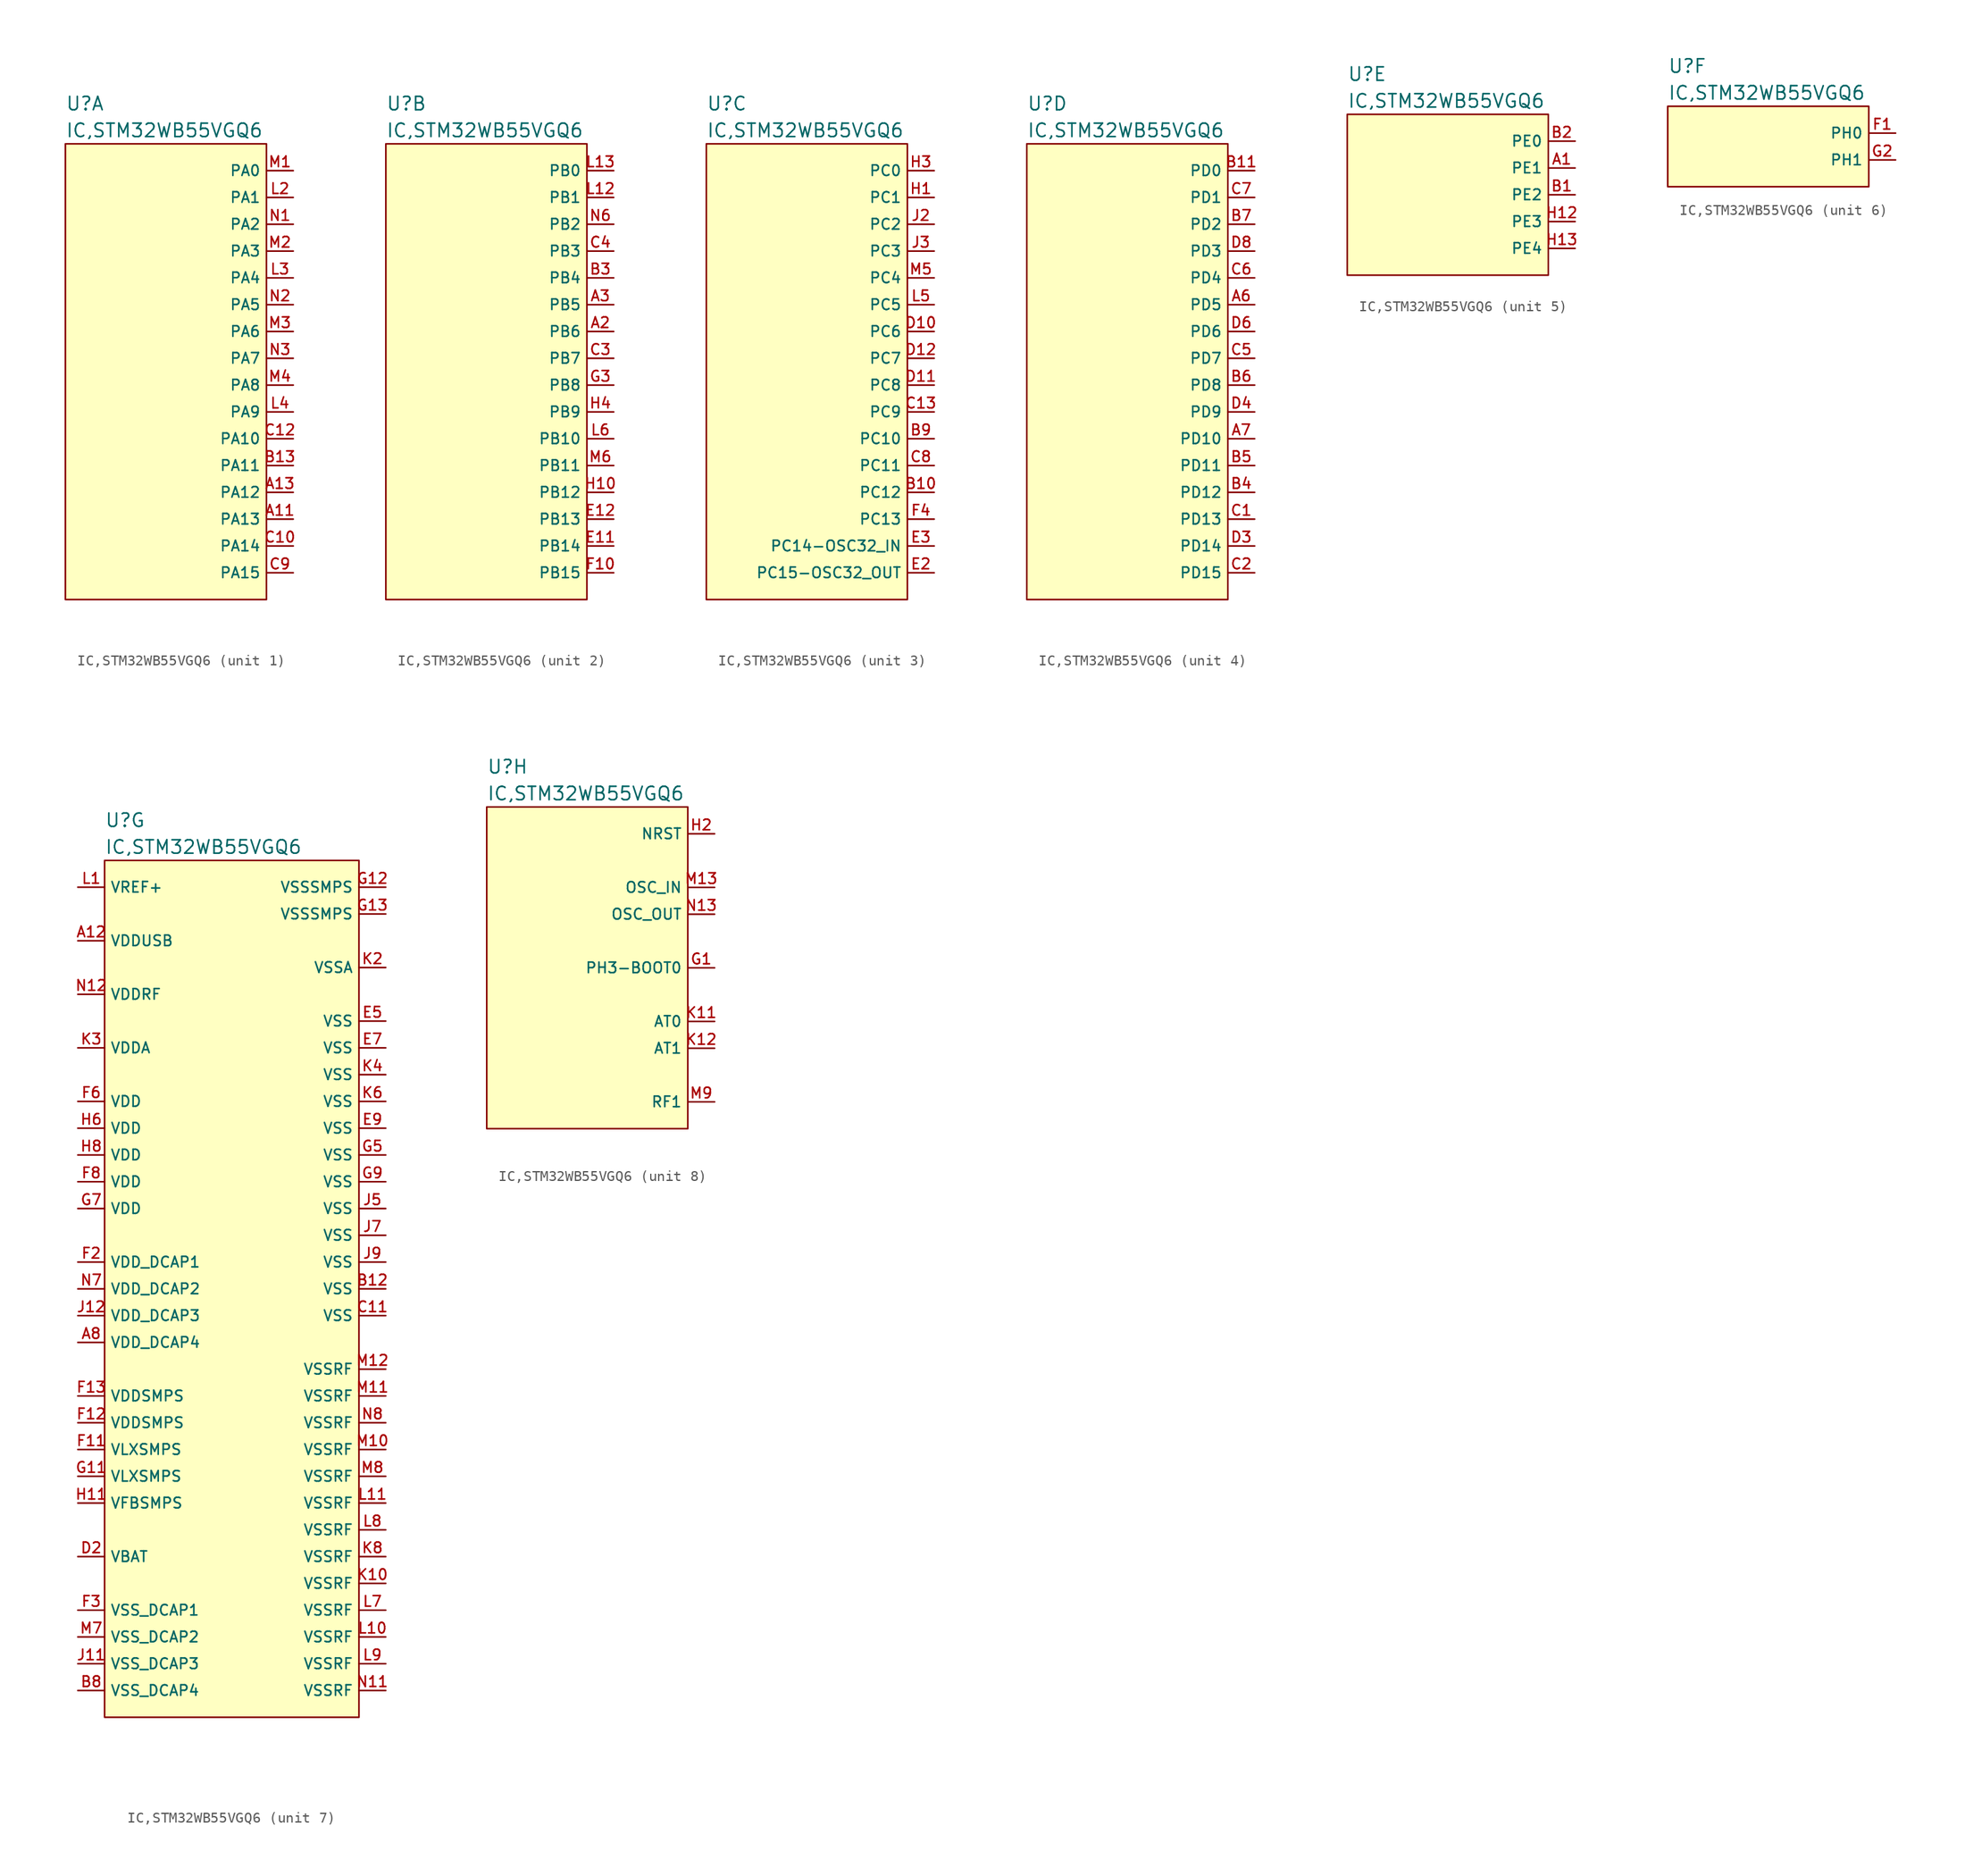
<source format=kicad_sym>
(kicad_symbol_lib
  (version 20211014)
  (generator kicad_symbol_editor)
  (symbol "IC,STM32WB55VGQ6"
    (property "Reference" "U"
      (at 0 3.81 0)
      (effects (font (size 1.27 1.27)) (justify left)))
    (property "Value" "IC,STM32WB55VGQ6"
      (at 0 1.27 0)
      (effects (font (size 1.27 1.27)) (justify left)))
    (property "ki_locked" ""
      (at 0 0 0)
      (effects (font (size 1.27 1.27))))
    (symbol "IC,STM32WB55VGQ6_1_1"
      (rectangle (start 0 0) (end 19.05 -43.18) (stroke (width 0) (type default) (color 0 0 0 0)) (fill (type background)))
      (pin bidirectional line (at 21.59 -35.56 180) (length 2.54) (name "PA13" (effects (font (size 1 1)))) (number "A11" (effects (font (size 1 1)))))
      (pin bidirectional line (at 21.59 -33.02 180) (length 2.54) (name "PA12" (effects (font (size 1 1)))) (number "A13" (effects (font (size 1 1)))))
      (pin bidirectional line (at 21.59 -30.48 180) (length 2.54) (name "PA11" (effects (font (size 1 1)))) (number "B13" (effects (font (size 1 1)))))
      (pin bidirectional line (at 21.59 -38.1 180) (length 2.54) (name "PA14" (effects (font (size 1 1)))) (number "C10" (effects (font (size 1 1)))))
      (pin bidirectional line (at 21.59 -27.94 180) (length 2.54) (name "PA10" (effects (font (size 1 1)))) (number "C12" (effects (font (size 1 1)))))
      (pin bidirectional line (at 21.59 -40.64 180) (length 2.54) (name "PA15" (effects (font (size 1 1)))) (number "C9" (effects (font (size 1 1)))))
      (pin bidirectional line (at 21.59 -5.08 180) (length 2.54) (name "PA1" (effects (font (size 1 1)))) (number "L2" (effects (font (size 1 1)))))
      (pin bidirectional line (at 21.59 -12.7 180) (length 2.54) (name "PA4" (effects (font (size 1 1)))) (number "L3" (effects (font (size 1 1)))))
      (pin bidirectional line (at 21.59 -25.4 180) (length 2.54) (name "PA9" (effects (font (size 1 1)))) (number "L4" (effects (font (size 1 1)))))
      (pin bidirectional line (at 21.59 -2.54 180) (length 2.54) (name "PA0" (effects (font (size 1 1)))) (number "M1" (effects (font (size 1 1)))))
      (pin bidirectional line (at 21.59 -10.16 180) (length 2.54) (name "PA3" (effects (font (size 1 1)))) (number "M2" (effects (font (size 1 1)))))
      (pin bidirectional line (at 21.59 -17.78 180) (length 2.54) (name "PA6" (effects (font (size 1 1)))) (number "M3" (effects (font (size 1 1)))))
      (pin bidirectional line (at 21.59 -22.86 180) (length 2.54) (name "PA8" (effects (font (size 1 1)))) (number "M4" (effects (font (size 1 1)))))
      (pin bidirectional line (at 21.59 -7.62 180) (length 2.54) (name "PA2" (effects (font (size 1 1)))) (number "N1" (effects (font (size 1 1)))))
      (pin bidirectional line (at 21.59 -15.24 180) (length 2.54) (name "PA5" (effects (font (size 1 1)))) (number "N2" (effects (font (size 1 1)))))
      (pin bidirectional line (at 21.59 -20.32 180) (length 2.54) (name "PA7" (effects (font (size 1 1)))) (number "N3" (effects (font (size 1 1))))))
    (symbol "IC,STM32WB55VGQ6_2_1"
      (rectangle (start 0 0) (end 19.05 -43.18) (stroke (width 0) (type default) (color 0 0 0 0)) (fill (type background)))
      (pin bidirectional line (at 21.59 -17.78 180) (length 2.54) (name "PB6" (effects (font (size 1 1)))) (number "A2" (effects (font (size 1 1)))))
      (pin bidirectional line (at 21.59 -15.24 180) (length 2.54) (name "PB5" (effects (font (size 1 1)))) (number "A3" (effects (font (size 1 1)))))
      (pin bidirectional line (at 21.59 -12.7 180) (length 2.54) (name "PB4" (effects (font (size 1 1)))) (number "B3" (effects (font (size 1 1)))))
      (pin bidirectional line (at 21.59 -20.32 180) (length 2.54) (name "PB7" (effects (font (size 1 1)))) (number "C3" (effects (font (size 1 1)))))
      (pin bidirectional line (at 21.59 -10.16 180) (length 2.54) (name "PB3" (effects (font (size 1 1)))) (number "C4" (effects (font (size 1 1)))))
      (pin bidirectional line (at 21.59 -38.1 180) (length 2.54) (name "PB14" (effects (font (size 1 1)))) (number "E11" (effects (font (size 1 1)))))
      (pin bidirectional line (at 21.59 -35.56 180) (length 2.54) (name "PB13" (effects (font (size 1 1)))) (number "E12" (effects (font (size 1 1)))))
      (pin bidirectional line (at 21.59 -40.64 180) (length 2.54) (name "PB15" (effects (font (size 1 1)))) (number "F10" (effects (font (size 1 1)))))
      (pin bidirectional line (at 21.59 -22.86 180) (length 2.54) (name "PB8" (effects (font (size 1 1)))) (number "G3" (effects (font (size 1 1)))))
      (pin bidirectional line (at 21.59 -33.02 180) (length 2.54) (name "PB12" (effects (font (size 1 1)))) (number "H10" (effects (font (size 1 1)))))
      (pin bidirectional line (at 21.59 -25.4 180) (length 2.54) (name "PB9" (effects (font (size 1 1)))) (number "H4" (effects (font (size 1 1)))))
      (pin bidirectional line (at 21.59 -5.08 180) (length 2.54) (name "PB1" (effects (font (size 1 1)))) (number "L12" (effects (font (size 1 1)))))
      (pin bidirectional line (at 21.59 -2.54 180) (length 2.54) (name "PB0" (effects (font (size 1 1)))) (number "L13" (effects (font (size 1 1)))))
      (pin bidirectional line (at 21.59 -27.94 180) (length 2.54) (name "PB10" (effects (font (size 1 1)))) (number "L6" (effects (font (size 1 1)))))
      (pin bidirectional line (at 21.59 -30.48 180) (length 2.54) (name "PB11" (effects (font (size 1 1)))) (number "M6" (effects (font (size 1 1)))))
      (pin bidirectional line (at 21.59 -7.62 180) (length 2.54) (name "PB2" (effects (font (size 1 1)))) (number "N6" (effects (font (size 1 1))))))
    (symbol "IC,STM32WB55VGQ6_3_1"
      (rectangle (start 0 0) (end 19.05 -43.18) (stroke (width 0) (type default) (color 0 0 0 0)) (fill (type background)))
      (pin bidirectional line (at 21.59 -33.02 180) (length 2.54) (name "PC12" (effects (font (size 1 1)))) (number "B10" (effects (font (size 1 1)))))
      (pin bidirectional line (at 21.59 -27.94 180) (length 2.54) (name "PC10" (effects (font (size 1 1)))) (number "B9" (effects (font (size 1 1)))))
      (pin bidirectional line (at 21.59 -25.4 180) (length 2.54) (name "PC9" (effects (font (size 1 1)))) (number "C13" (effects (font (size 1 1)))))
      (pin bidirectional line (at 21.59 -30.48 180) (length 2.54) (name "PC11" (effects (font (size 1 1)))) (number "C8" (effects (font (size 1 1)))))
      (pin bidirectional line (at 21.59 -17.78 180) (length 2.54) (name "PC6" (effects (font (size 1 1)))) (number "D10" (effects (font (size 1 1)))))
      (pin bidirectional line (at 21.59 -22.86 180) (length 2.54) (name "PC8" (effects (font (size 1 1)))) (number "D11" (effects (font (size 1 1)))))
      (pin bidirectional line (at 21.59 -20.32 180) (length 2.54) (name "PC7" (effects (font (size 1 1)))) (number "D12" (effects (font (size 1 1)))))
      (pin bidirectional line (at 21.59 -40.64 180) (length 2.54) (name "PC15-OSC32_OUT" (effects (font (size 1 1)))) (number "E2" (effects (font (size 1 1)))))
      (pin bidirectional line (at 21.59 -38.1 180) (length 2.54) (name "PC14-OSC32_IN" (effects (font (size 1 1)))) (number "E3" (effects (font (size 1 1)))))
      (pin bidirectional line (at 21.59 -35.56 180) (length 2.54) (name "PC13" (effects (font (size 1 1)))) (number "F4" (effects (font (size 1 1)))))
      (pin bidirectional line (at 21.59 -5.08 180) (length 2.54) (name "PC1" (effects (font (size 1 1)))) (number "H1" (effects (font (size 1 1)))))
      (pin bidirectional line (at 21.59 -2.54 180) (length 2.54) (name "PC0" (effects (font (size 1 1)))) (number "H3" (effects (font (size 1 1)))))
      (pin bidirectional line (at 21.59 -7.62 180) (length 2.54) (name "PC2" (effects (font (size 1 1)))) (number "J2" (effects (font (size 1 1)))))
      (pin bidirectional line (at 21.59 -10.16 180) (length 2.54) (name "PC3" (effects (font (size 1 1)))) (number "J3" (effects (font (size 1 1)))))
      (pin bidirectional line (at 21.59 -15.24 180) (length 2.54) (name "PC5" (effects (font (size 1 1)))) (number "L5" (effects (font (size 1 1)))))
      (pin bidirectional line (at 21.59 -12.7 180) (length 2.54) (name "PC4" (effects (font (size 1 1)))) (number "M5" (effects (font (size 1 1))))))
    (symbol "IC,STM32WB55VGQ6_4_1"
      (rectangle (start 0 0) (end 19.05 -43.18) (stroke (width 0) (type default) (color 0 0 0 0)) (fill (type background)))
      (pin bidirectional line (at 21.59 -15.24 180) (length 2.54) (name "PD5" (effects (font (size 1 1)))) (number "A6" (effects (font (size 1 1)))))
      (pin bidirectional line (at 21.59 -27.94 180) (length 2.54) (name "PD10" (effects (font (size 1 1)))) (number "A7" (effects (font (size 1 1)))))
      (pin bidirectional line (at 21.59 -2.54 180) (length 2.54) (name "PD0" (effects (font (size 1 1)))) (number "B11" (effects (font (size 1 1)))))
      (pin bidirectional line (at 21.59 -33.02 180) (length 2.54) (name "PD12" (effects (font (size 1 1)))) (number "B4" (effects (font (size 1 1)))))
      (pin bidirectional line (at 21.59 -30.48 180) (length 2.54) (name "PD11" (effects (font (size 1 1)))) (number "B5" (effects (font (size 1 1)))))
      (pin bidirectional line (at 21.59 -22.86 180) (length 2.54) (name "PD8" (effects (font (size 1 1)))) (number "B6" (effects (font (size 1 1)))))
      (pin bidirectional line (at 21.59 -7.62 180) (length 2.54) (name "PD2" (effects (font (size 1 1)))) (number "B7" (effects (font (size 1 1)))))
      (pin bidirectional line (at 21.59 -35.56 180) (length 2.54) (name "PD13" (effects (font (size 1 1)))) (number "C1" (effects (font (size 1 1)))))
      (pin bidirectional line (at 21.59 -40.64 180) (length 2.54) (name "PD15" (effects (font (size 1 1)))) (number "C2" (effects (font (size 1 1)))))
      (pin bidirectional line (at 21.59 -20.32 180) (length 2.54) (name "PD7" (effects (font (size 1 1)))) (number "C5" (effects (font (size 1 1)))))
      (pin bidirectional line (at 21.59 -12.7 180) (length 2.54) (name "PD4" (effects (font (size 1 1)))) (number "C6" (effects (font (size 1 1)))))
      (pin bidirectional line (at 21.59 -5.08 180) (length 2.54) (name "PD1" (effects (font (size 1 1)))) (number "C7" (effects (font (size 1 1)))))
      (pin bidirectional line (at 21.59 -38.1 180) (length 2.54) (name "PD14" (effects (font (size 1 1)))) (number "D3" (effects (font (size 1 1)))))
      (pin bidirectional line (at 21.59 -25.4 180) (length 2.54) (name "PD9" (effects (font (size 1 1)))) (number "D4" (effects (font (size 1 1)))))
      (pin bidirectional line (at 21.59 -17.78 180) (length 2.54) (name "PD6" (effects (font (size 1 1)))) (number "D6" (effects (font (size 1 1)))))
      (pin bidirectional line (at 21.59 -10.16 180) (length 2.54) (name "PD3" (effects (font (size 1 1)))) (number "D8" (effects (font (size 1 1))))))
    (symbol "IC,STM32WB55VGQ6_5_1"
      (rectangle (start 0 0) (end 19.05 -15.24) (stroke (width 0) (type default) (color 0 0 0 0)) (fill (type background)))
      (pin bidirectional line (at 21.59 -5.08 180) (length 2.54) (name "PE1" (effects (font (size 1 1)))) (number "A1" (effects (font (size 1 1)))))
      (pin bidirectional line (at 21.59 -7.62 180) (length 2.54) (name "PE2" (effects (font (size 1 1)))) (number "B1" (effects (font (size 1 1)))))
      (pin bidirectional line (at 21.59 -2.54 180) (length 2.54) (name "PE0" (effects (font (size 1 1)))) (number "B2" (effects (font (size 1 1)))))
      (pin bidirectional line (at 21.59 -10.16 180) (length 2.54) (name "PE3" (effects (font (size 1 1)))) (number "H12" (effects (font (size 1 1)))))
      (pin bidirectional line (at 21.59 -12.7 180) (length 2.54) (name "PE4" (effects (font (size 1 1)))) (number "H13" (effects (font (size 1 1))))))
    (symbol "IC,STM32WB55VGQ6_6_1"
      (rectangle (start 0 0) (end 19.05 -7.62) (stroke (width 0) (type default) (color 0 0 0 0)) (fill (type background)))
      (pin bidirectional line (at 21.59 -2.54 180) (length 2.54) (name "PH0" (effects (font (size 1 1)))) (number "F1" (effects (font (size 1 1)))))
      (pin bidirectional line (at 21.59 -5.08 180) (length 2.54) (name "PH1" (effects (font (size 1 1)))) (number "G2" (effects (font (size 1 1))))))
    (symbol "IC,STM32WB55VGQ6_7_1"
      (rectangle (start 0 0) (end 24.13 -81.28) (stroke (width 0) (type default) (color 0 0 0 0)) (fill (type background)))
      (pin power_in line (at -2.54 -7.62 0) (length 2.54) (name "VDDUSB" (effects (font (size 1 1)))) (number "A12" (effects (font (size 1 1)))))
      (pin power_in line (at -2.54 -45.72 0) (length 2.54) (name "VDD_DCAP4" (effects (font (size 1 1)))) (number "A8" (effects (font (size 1 1)))))
      (pin power_in line (at 26.67 -40.64 180) (length 2.54) (name "VSS" (effects (font (size 1 1)))) (number "B12" (effects (font (size 1 1)))))
      (pin power_in line (at -2.54 -78.74 0) (length 2.54) (name "VSS_DCAP4" (effects (font (size 1 1)))) (number "B8" (effects (font (size 1 1)))))
      (pin power_in line (at 26.67 -43.18 180) (length 2.54) (name "VSS" (effects (font (size 1 1)))) (number "C11" (effects (font (size 1 1)))))
      (pin power_in line (at -2.54 -66.04 0) (length 2.54) (name "VBAT" (effects (font (size 1 1)))) (number "D2" (effects (font (size 1 1)))))
      (pin power_in line (at 26.67 -15.24 180) (length 2.54) (name "VSS" (effects (font (size 1 1)))) (number "E5" (effects (font (size 1 1)))))
      (pin power_in line (at 26.67 -17.78 180) (length 2.54) (name "VSS" (effects (font (size 1 1)))) (number "E7" (effects (font (size 1 1)))))
      (pin power_in line (at 26.67 -25.4 180) (length 2.54) (name "VSS" (effects (font (size 1 1)))) (number "E9" (effects (font (size 1 1)))))
      (pin power_in line (at -2.54 -55.88 0) (length 2.54) (name "VLXSMPS" (effects (font (size 1 1)))) (number "F11" (effects (font (size 1 1)))))
      (pin power_in line (at -2.54 -53.34 0) (length 2.54) (name "VDDSMPS" (effects (font (size 1 1)))) (number "F12" (effects (font (size 1 1)))))
      (pin power_in line (at -2.54 -50.8 0) (length 2.54) (name "VDDSMPS" (effects (font (size 1 1)))) (number "F13" (effects (font (size 1 1)))))
      (pin power_in line (at -2.54 -38.1 0) (length 2.54) (name "VDD_DCAP1" (effects (font (size 1 1)))) (number "F2" (effects (font (size 1 1)))))
      (pin power_in line (at -2.54 -71.12 0) (length 2.54) (name "VSS_DCAP1" (effects (font (size 1 1)))) (number "F3" (effects (font (size 1 1)))))
      (pin power_in line (at -2.54 -22.86 0) (length 2.54) (name "VDD" (effects (font (size 1 1)))) (number "F6" (effects (font (size 1 1)))))
      (pin power_in line (at -2.54 -30.48 0) (length 2.54) (name "VDD" (effects (font (size 1 1)))) (number "F8" (effects (font (size 1 1)))))
      (pin power_in line (at -2.54 -58.42 0) (length 2.54) (name "VLXSMPS" (effects (font (size 1 1)))) (number "G11" (effects (font (size 1 1)))))
      (pin power_in line (at 26.67 -2.54 180) (length 2.54) (name "VSSSMPS" (effects (font (size 1 1)))) (number "G12" (effects (font (size 1 1)))))
      (pin power_in line (at 26.67 -5.08 180) (length 2.54) (name "VSSSMPS" (effects (font (size 1 1)))) (number "G13" (effects (font (size 1 1)))))
      (pin power_in line (at 26.67 -27.94 180) (length 2.54) (name "VSS" (effects (font (size 1 1)))) (number "G5" (effects (font (size 1 1)))))
      (pin power_in line (at -2.54 -33.02 0) (length 2.54) (name "VDD" (effects (font (size 1 1)))) (number "G7" (effects (font (size 1 1)))))
      (pin power_in line (at 26.67 -30.48 180) (length 2.54) (name "VSS" (effects (font (size 1 1)))) (number "G9" (effects (font (size 1 1)))))
      (pin power_in line (at -2.54 -60.96 0) (length 2.54) (name "VFBSMPS" (effects (font (size 1 1)))) (number "H11" (effects (font (size 1 1)))))
      (pin power_in line (at -2.54 -25.4 0) (length 2.54) (name "VDD" (effects (font (size 1 1)))) (number "H6" (effects (font (size 1 1)))))
      (pin power_in line (at -2.54 -27.94 0) (length 2.54) (name "VDD" (effects (font (size 1 1)))) (number "H8" (effects (font (size 1 1)))))
      (pin power_in line (at -2.54 -76.2 0) (length 2.54) (name "VSS_DCAP3" (effects (font (size 1 1)))) (number "J11" (effects (font (size 1 1)))))
      (pin power_in line (at -2.54 -43.18 0) (length 2.54) (name "VDD_DCAP3" (effects (font (size 1 1)))) (number "J12" (effects (font (size 1 1)))))
      (pin power_in line (at 26.67 -33.02 180) (length 2.54) (name "VSS" (effects (font (size 1 1)))) (number "J5" (effects (font (size 1 1)))))
      (pin power_in line (at 26.67 -35.56 180) (length 2.54) (name "VSS" (effects (font (size 1 1)))) (number "J7" (effects (font (size 1 1)))))
      (pin power_in line (at 26.67 -38.1 180) (length 2.54) (name "VSS" (effects (font (size 1 1)))) (number "J9" (effects (font (size 1 1)))))
      (pin power_in line (at 26.67 -68.58 180) (length 2.54) (name "VSSRF" (effects (font (size 1 1)))) (number "K10" (effects (font (size 1 1)))))
      (pin power_in line (at 26.67 -10.16 180) (length 2.54) (name "VSSA" (effects (font (size 1 1)))) (number "K2" (effects (font (size 1 1)))))
      (pin power_in line (at -2.54 -17.78 0) (length 2.54) (name "VDDA" (effects (font (size 1 1)))) (number "K3" (effects (font (size 1 1)))))
      (pin power_in line (at 26.67 -20.32 180) (length 2.54) (name "VSS" (effects (font (size 1 1)))) (number "K4" (effects (font (size 1 1)))))
      (pin power_in line (at 26.67 -22.86 180) (length 2.54) (name "VSS" (effects (font (size 1 1)))) (number "K6" (effects (font (size 1 1)))))
      (pin power_in line (at 26.67 -66.04 180) (length 2.54) (name "VSSRF" (effects (font (size 1 1)))) (number "K8" (effects (font (size 1 1)))))
      (pin power_in line (at -2.54 -2.54 0) (length 2.54) (name "VREF+" (effects (font (size 1 1)))) (number "L1" (effects (font (size 1 1)))))
      (pin power_in line (at 26.67 -73.66 180) (length 2.54) (name "VSSRF" (effects (font (size 1 1)))) (number "L10" (effects (font (size 1 1)))))
      (pin power_in line (at 26.67 -60.96 180) (length 2.54) (name "VSSRF" (effects (font (size 1 1)))) (number "L11" (effects (font (size 1 1)))))
      (pin power_in line (at 26.67 -71.12 180) (length 2.54) (name "VSSRF" (effects (font (size 1 1)))) (number "L7" (effects (font (size 1 1)))))
      (pin power_in line (at 26.67 -63.5 180) (length 2.54) (name "VSSRF" (effects (font (size 1 1)))) (number "L8" (effects (font (size 1 1)))))
      (pin power_in line (at 26.67 -76.2 180) (length 2.54) (name "VSSRF" (effects (font (size 1 1)))) (number "L9" (effects (font (size 1 1)))))
      (pin power_in line (at 26.67 -55.88 180) (length 2.54) (name "VSSRF" (effects (font (size 1 1)))) (number "M10" (effects (font (size 1 1)))))
      (pin power_in line (at 26.67 -50.8 180) (length 2.54) (name "VSSRF" (effects (font (size 1 1)))) (number "M11" (effects (font (size 1 1)))))
      (pin power_in line (at 26.67 -48.26 180) (length 2.54) (name "VSSRF" (effects (font (size 1 1)))) (number "M12" (effects (font (size 1 1)))))
      (pin power_in line (at -2.54 -73.66 0) (length 2.54) (name "VSS_DCAP2" (effects (font (size 1 1)))) (number "M7" (effects (font (size 1 1)))))
      (pin power_in line (at 26.67 -58.42 180) (length 2.54) (name "VSSRF" (effects (font (size 1 1)))) (number "M8" (effects (font (size 1 1)))))
      (pin power_in line (at 26.67 -78.74 180) (length 2.54) (name "VSSRF" (effects (font (size 1 1)))) (number "N11" (effects (font (size 1 1)))))
      (pin power_in line (at -2.54 -12.7 0) (length 2.54) (name "VDDRF" (effects (font (size 1 1)))) (number "N12" (effects (font (size 1 1)))))
      (pin power_in line (at -2.54 -40.64 0) (length 2.54) (name "VDD_DCAP2" (effects (font (size 1 1)))) (number "N7" (effects (font (size 1 1)))))
      (pin power_in line (at 26.67 -53.34 180) (length 2.54) (name "VSSRF" (effects (font (size 1 1)))) (number "N8" (effects (font (size 1 1))))))
    (symbol "IC,STM32WB55VGQ6_8_1"
      (rectangle (start 0 0) (end 19.05 -30.48) (stroke (width 0) (type default) (color 0 0 0 0)) (fill (type background)))
      (pin bidirectional line (at 21.59 -15.24 180) (length 2.54) (name "PH3-BOOT0" (effects (font (size 1 1)))) (number "G1" (effects (font (size 1 1)))))
      (pin input line (at 21.59 -2.54 180) (length 2.54) (name "NRST" (effects (font (size 1 1)))) (number "H2" (effects (font (size 1 1)))))
      (pin output line (at 21.59 -20.32 180) (length 2.54) (name "AT0" (effects (font (size 1 1)))) (number "K11" (effects (font (size 1 1)))))
      (pin output line (at 21.59 -22.86 180) (length 2.54) (name "AT1" (effects (font (size 1 1)))) (number "K12" (effects (font (size 1 1)))))
      (pin input line (at 21.59 -7.62 180) (length 2.54) (name "OSC_IN" (effects (font (size 1 1)))) (number "M13" (effects (font (size 1 1)))))
      (pin bidirectional line (at 21.59 -27.94 180) (length 2.54) (name "RF1" (effects (font (size 1 1)))) (number "M9" (effects (font (size 1 1)))))
      (pin output line (at 21.59 -10.16 180) (length 2.54) (name "OSC_OUT" (effects (font (size 1 1)))) (number "N13" (effects (font (size 1 1))))))))
</source>
